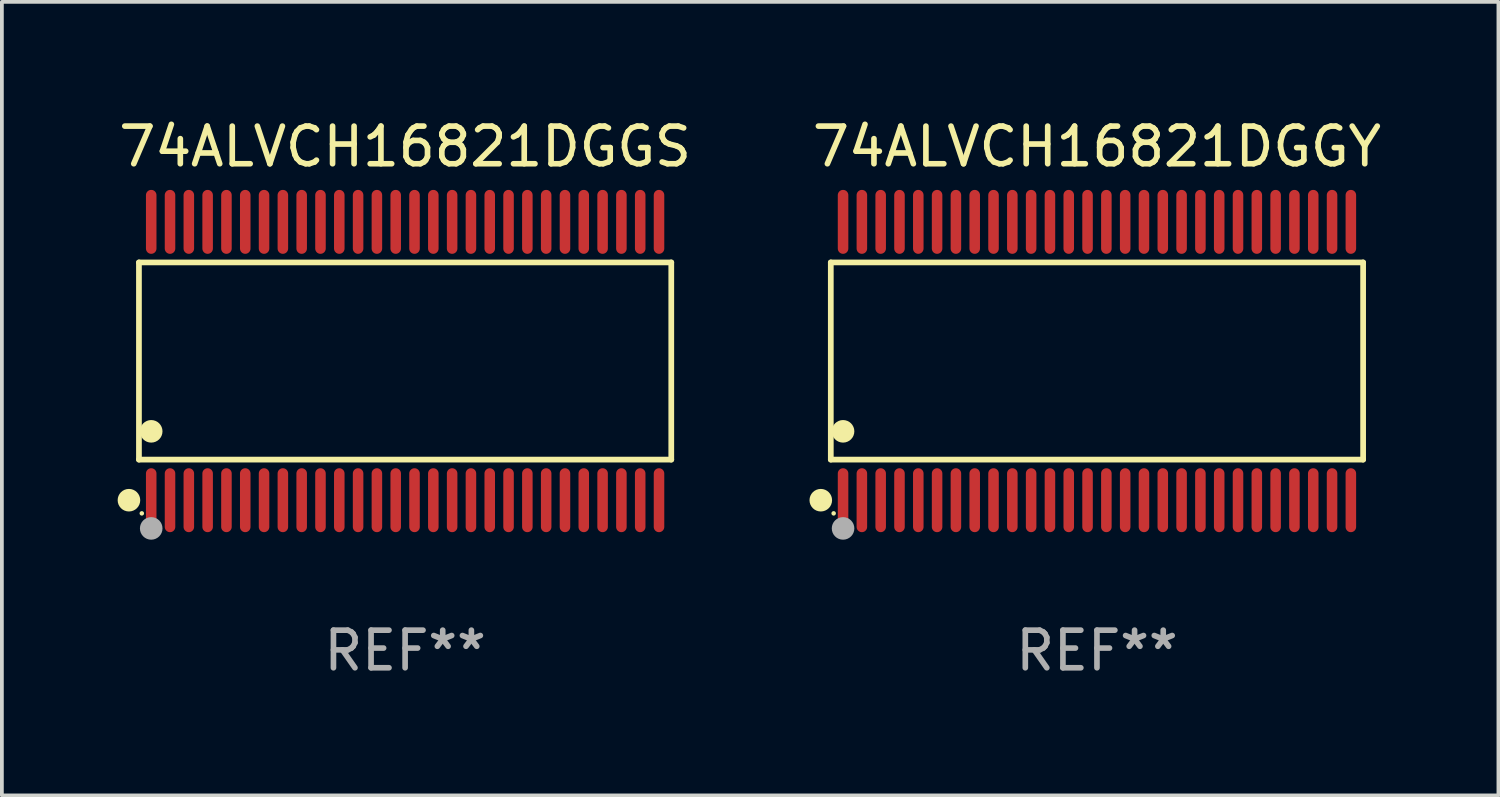
<source format=kicad_pcb>
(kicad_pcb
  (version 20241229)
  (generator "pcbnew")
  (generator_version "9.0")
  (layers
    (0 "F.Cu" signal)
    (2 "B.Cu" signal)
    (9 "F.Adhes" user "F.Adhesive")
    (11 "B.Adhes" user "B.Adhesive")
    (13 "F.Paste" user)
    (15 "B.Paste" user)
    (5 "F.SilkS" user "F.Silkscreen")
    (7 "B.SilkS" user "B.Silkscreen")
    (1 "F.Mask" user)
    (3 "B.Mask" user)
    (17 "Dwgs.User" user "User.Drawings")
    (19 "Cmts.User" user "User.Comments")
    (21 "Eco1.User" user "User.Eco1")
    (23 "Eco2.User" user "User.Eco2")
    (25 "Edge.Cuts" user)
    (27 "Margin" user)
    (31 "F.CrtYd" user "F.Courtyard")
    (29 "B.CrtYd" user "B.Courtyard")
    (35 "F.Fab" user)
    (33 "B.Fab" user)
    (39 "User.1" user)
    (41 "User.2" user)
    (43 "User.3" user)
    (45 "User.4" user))
  (footprint "74ALVCH16821DGGS"
    (layer "F.Cu")
    (at 7.72 6.548)
    (property "Reference" "74ALVCH16821DGGS" (at 0 -5.7 0) (layer "F.SilkS") (effects (font (size 1 1) (thickness 0.15))))
    (attr through_hole)
    (fp_line (start -7.076 -2.621) (end 7.076 -2.621) (stroke (width 0.152) (type solid)) (layer "F.SilkS"))
    (fp_line (start -7.076 2.621) (end -7.076 -2.621) (stroke (width 0.152) (type solid)) (layer "F.SilkS"))
    (fp_line (start 7.076 -2.621) (end 7.076 2.621) (stroke (width 0.152) (type solid)) (layer "F.SilkS"))
    (fp_line (start 7.076 2.621) (end -7.076 2.621) (stroke (width 0.152) (type solid)) (layer "F.SilkS"))
    (fp_circle (center -7.342 3.7) (end -7.192 3.7) (stroke (width 0.3) (type solid)) (fill no) (layer "F.SilkS"))
    (fp_circle (center -7 4.05) (end -6.97 4.05) (stroke (width 0.06) (type solid)) (fill no) (layer "F.SilkS"))
    (fp_circle (center -6.75 1.869) (end -6.6 1.869) (stroke (width 0.3) (type solid)) (fill no) (layer "F.SilkS"))
    (fp_circle (center -6.75 4.45) (end -6.6 4.45) (stroke (width 0.3) (type solid)) (fill no) (layer "F.Fab"))
    (fp_text user "REF**" (at 0 7.7 0) (layer "F.Fab") (effects (font (size 1 1) (thickness 0.15))))
    (pad "1" smd oval (at -6.75 3.7) (size 0.28 1.7) (layers "F.Cu" "F.Mask" "F.Paste"))
    (pad "2" smd oval (at -6.25 3.7) (size 0.28 1.7) (layers "F.Cu" "F.Mask" "F.Paste"))
    (pad "3" smd oval (at -5.75 3.7) (size 0.28 1.7) (layers "F.Cu" "F.Mask" "F.Paste"))
    (pad "4" smd oval (at -5.25 3.7) (size 0.28 1.7) (layers "F.Cu" "F.Mask" "F.Paste"))
    (pad "5" smd oval (at -4.75 3.7) (size 0.28 1.7) (layers "F.Cu" "F.Mask" "F.Paste"))
    (pad "6" smd oval (at -4.25 3.7) (size 0.28 1.7) (layers "F.Cu" "F.Mask" "F.Paste"))
    (pad "7" smd oval (at -3.75 3.7) (size 0.28 1.7) (layers "F.Cu" "F.Mask" "F.Paste"))
    (pad "8" smd oval (at -3.25 3.7) (size 0.28 1.7) (layers "F.Cu" "F.Mask" "F.Paste"))
    (pad "9" smd oval (at -2.75 3.7) (size 0.28 1.7) (layers "F.Cu" "F.Mask" "F.Paste"))
    (pad "10" smd oval (at -2.25 3.7) (size 0.28 1.7) (layers "F.Cu" "F.Mask" "F.Paste"))
    (pad "11" smd oval (at -1.75 3.7) (size 0.28 1.7) (layers "F.Cu" "F.Mask" "F.Paste"))
    (pad "12" smd oval (at -1.25 3.7) (size 0.28 1.7) (layers "F.Cu" "F.Mask" "F.Paste"))
    (pad "13" smd oval (at -0.75 3.7) (size 0.28 1.7) (layers "F.Cu" "F.Mask" "F.Paste"))
    (pad "14" smd oval (at -0.25 3.7) (size 0.28 1.7) (layers "F.Cu" "F.Mask" "F.Paste"))
    (pad "15" smd oval (at 0.25 3.7) (size 0.28 1.7) (layers "F.Cu" "F.Mask" "F.Paste"))
    (pad "16" smd oval (at 0.75 3.7) (size 0.28 1.7) (layers "F.Cu" "F.Mask" "F.Paste"))
    (pad "17" smd oval (at 1.25 3.7) (size 0.28 1.7) (layers "F.Cu" "F.Mask" "F.Paste"))
    (pad "18" smd oval (at 1.75 3.7) (size 0.28 1.7) (layers "F.Cu" "F.Mask" "F.Paste"))
    (pad "19" smd oval (at 2.25 3.7) (size 0.28 1.7) (layers "F.Cu" "F.Mask" "F.Paste"))
    (pad "20" smd oval (at 2.75 3.7) (size 0.28 1.7) (layers "F.Cu" "F.Mask" "F.Paste"))
    (pad "21" smd oval (at 3.25 3.7) (size 0.28 1.7) (layers "F.Cu" "F.Mask" "F.Paste"))
    (pad "22" smd oval (at 3.75 3.7) (size 0.28 1.7) (layers "F.Cu" "F.Mask" "F.Paste"))
    (pad "23" smd oval (at 4.25 3.7) (size 0.28 1.7) (layers "F.Cu" "F.Mask" "F.Paste"))
    (pad "24" smd oval (at 4.75 3.7) (size 0.28 1.7) (layers "F.Cu" "F.Mask" "F.Paste"))
    (pad "25" smd oval (at 5.25 3.7) (size 0.28 1.7) (layers "F.Cu" "F.Mask" "F.Paste"))
    (pad "26" smd oval (at 5.75 3.7) (size 0.28 1.7) (layers "F.Cu" "F.Mask" "F.Paste"))
    (pad "27" smd oval (at 6.25 3.7) (size 0.28 1.7) (layers "F.Cu" "F.Mask" "F.Paste"))
    (pad "28" smd oval (at 6.75 3.7) (size 0.28 1.7) (layers "F.Cu" "F.Mask" "F.Paste"))
    (pad "29" smd oval (at 6.75 -3.7) (size 0.28 1.7) (layers "F.Cu" "F.Mask" "F.Paste"))
    (pad "30" smd oval (at 6.25 -3.7) (size 0.28 1.7) (layers "F.Cu" "F.Mask" "F.Paste"))
    (pad "31" smd oval (at 5.75 -3.7) (size 0.28 1.7) (layers "F.Cu" "F.Mask" "F.Paste"))
    (pad "32" smd oval (at 5.25 -3.7) (size 0.28 1.7) (layers "F.Cu" "F.Mask" "F.Paste"))
    (pad "33" smd oval (at 4.75 -3.7) (size 0.28 1.7) (layers "F.Cu" "F.Mask" "F.Paste"))
    (pad "34" smd oval (at 4.25 -3.7) (size 0.28 1.7) (layers "F.Cu" "F.Mask" "F.Paste"))
    (pad "35" smd oval (at 3.75 -3.7) (size 0.28 1.7) (layers "F.Cu" "F.Mask" "F.Paste"))
    (pad "36" smd oval (at 3.25 -3.7) (size 0.28 1.7) (layers "F.Cu" "F.Mask" "F.Paste"))
    (pad "37" smd oval (at 2.75 -3.7) (size 0.28 1.7) (layers "F.Cu" "F.Mask" "F.Paste"))
    (pad "38" smd oval (at 2.25 -3.7) (size 0.28 1.7) (layers "F.Cu" "F.Mask" "F.Paste"))
    (pad "39" smd oval (at 1.75 -3.7) (size 0.28 1.7) (layers "F.Cu" "F.Mask" "F.Paste"))
    (pad "40" smd oval (at 1.25 -3.7) (size 0.28 1.7) (layers "F.Cu" "F.Mask" "F.Paste"))
    (pad "41" smd oval (at 0.75 -3.7) (size 0.28 1.7) (layers "F.Cu" "F.Mask" "F.Paste"))
    (pad "42" smd oval (at 0.25 -3.7) (size 0.28 1.7) (layers "F.Cu" "F.Mask" "F.Paste"))
    (pad "43" smd oval (at -0.25 -3.7) (size 0.28 1.7) (layers "F.Cu" "F.Mask" "F.Paste"))
    (pad "44" smd oval (at -0.75 -3.7) (size 0.28 1.7) (layers "F.Cu" "F.Mask" "F.Paste"))
    (pad "45" smd oval (at -1.25 -3.7) (size 0.28 1.7) (layers "F.Cu" "F.Mask" "F.Paste"))
    (pad "46" smd oval (at -1.75 -3.7) (size 0.28 1.7) (layers "F.Cu" "F.Mask" "F.Paste"))
    (pad "47" smd oval (at -2.25 -3.7) (size 0.28 1.7) (layers "F.Cu" "F.Mask" "F.Paste"))
    (pad "48" smd oval (at -2.75 -3.7) (size 0.28 1.7) (layers "F.Cu" "F.Mask" "F.Paste"))
    (pad "49" smd oval (at -3.25 -3.7) (size 0.28 1.7) (layers "F.Cu" "F.Mask" "F.Paste"))
    (pad "50" smd oval (at -3.75 -3.7) (size 0.28 1.7) (layers "F.Cu" "F.Mask" "F.Paste"))
    (pad "51" smd oval (at -4.25 -3.7) (size 0.28 1.7) (layers "F.Cu" "F.Mask" "F.Paste"))
    (pad "52" smd oval (at -4.75 -3.7) (size 0.28 1.7) (layers "F.Cu" "F.Mask" "F.Paste"))
    (pad "53" smd oval (at -5.25 -3.7) (size 0.28 1.7) (layers "F.Cu" "F.Mask" "F.Paste"))
    (pad "54" smd oval (at -5.75 -3.7) (size 0.28 1.7) (layers "F.Cu" "F.Mask" "F.Paste"))
    (pad "55" smd oval (at -6.25 -3.7) (size 0.28 1.7) (layers "F.Cu" "F.Mask" "F.Paste"))
    (pad "56" smd oval (at -6.75 -3.7) (size 0.28 1.7) (layers "F.Cu" "F.Mask" "F.Paste")))
  (footprint "74ALVCH16821DGGY"
    (layer "F.Cu")
    (at 26.113 6.548)
    (property "Reference" "74ALVCH16821DGGY" (at 0 -5.7 0) (layer "F.SilkS") (effects (font (size 1 1) (thickness 0.15))))
    (attr through_hole)
    (fp_line (start -7.076 -2.621) (end 7.076 -2.621) (stroke (width 0.152) (type solid)) (layer "F.SilkS"))
    (fp_line (start -7.076 2.621) (end -7.076 -2.621) (stroke (width 0.152) (type solid)) (layer "F.SilkS"))
    (fp_line (start 7.076 -2.621) (end 7.076 2.621) (stroke (width 0.152) (type solid)) (layer "F.SilkS"))
    (fp_line (start 7.076 2.621) (end -7.076 2.621) (stroke (width 0.152) (type solid)) (layer "F.SilkS"))
    (fp_circle (center -7.342 3.7) (end -7.192 3.7) (stroke (width 0.3) (type solid)) (fill no) (layer "F.SilkS"))
    (fp_circle (center -7 4.05) (end -6.97 4.05) (stroke (width 0.06) (type solid)) (fill no) (layer "F.SilkS"))
    (fp_circle (center -6.75 1.869) (end -6.6 1.869) (stroke (width 0.3) (type solid)) (fill no) (layer "F.SilkS"))
    (fp_circle (center -6.75 4.45) (end -6.6 4.45) (stroke (width 0.3) (type solid)) (fill no) (layer "F.Fab"))
    (fp_text user "REF**" (at 0 7.7 0) (layer "F.Fab") (effects (font (size 1 1) (thickness 0.15))))
    (pad "1" smd oval (at -6.75 3.7) (size 0.28 1.7) (layers "F.Cu" "F.Mask" "F.Paste"))
    (pad "2" smd oval (at -6.25 3.7) (size 0.28 1.7) (layers "F.Cu" "F.Mask" "F.Paste"))
    (pad "3" smd oval (at -5.75 3.7) (size 0.28 1.7) (layers "F.Cu" "F.Mask" "F.Paste"))
    (pad "4" smd oval (at -5.25 3.7) (size 0.28 1.7) (layers "F.Cu" "F.Mask" "F.Paste"))
    (pad "5" smd oval (at -4.75 3.7) (size 0.28 1.7) (layers "F.Cu" "F.Mask" "F.Paste"))
    (pad "6" smd oval (at -4.25 3.7) (size 0.28 1.7) (layers "F.Cu" "F.Mask" "F.Paste"))
    (pad "7" smd oval (at -3.75 3.7) (size 0.28 1.7) (layers "F.Cu" "F.Mask" "F.Paste"))
    (pad "8" smd oval (at -3.25 3.7) (size 0.28 1.7) (layers "F.Cu" "F.Mask" "F.Paste"))
    (pad "9" smd oval (at -2.75 3.7) (size 0.28 1.7) (layers "F.Cu" "F.Mask" "F.Paste"))
    (pad "10" smd oval (at -2.25 3.7) (size 0.28 1.7) (layers "F.Cu" "F.Mask" "F.Paste"))
    (pad "11" smd oval (at -1.75 3.7) (size 0.28 1.7) (layers "F.Cu" "F.Mask" "F.Paste"))
    (pad "12" smd oval (at -1.25 3.7) (size 0.28 1.7) (layers "F.Cu" "F.Mask" "F.Paste"))
    (pad "13" smd oval (at -0.75 3.7) (size 0.28 1.7) (layers "F.Cu" "F.Mask" "F.Paste"))
    (pad "14" smd oval (at -0.25 3.7) (size 0.28 1.7) (layers "F.Cu" "F.Mask" "F.Paste"))
    (pad "15" smd oval (at 0.25 3.7) (size 0.28 1.7) (layers "F.Cu" "F.Mask" "F.Paste"))
    (pad "16" smd oval (at 0.75 3.7) (size 0.28 1.7) (layers "F.Cu" "F.Mask" "F.Paste"))
    (pad "17" smd oval (at 1.25 3.7) (size 0.28 1.7) (layers "F.Cu" "F.Mask" "F.Paste"))
    (pad "18" smd oval (at 1.75 3.7) (size 0.28 1.7) (layers "F.Cu" "F.Mask" "F.Paste"))
    (pad "19" smd oval (at 2.25 3.7) (size 0.28 1.7) (layers "F.Cu" "F.Mask" "F.Paste"))
    (pad "20" smd oval (at 2.75 3.7) (size 0.28 1.7) (layers "F.Cu" "F.Mask" "F.Paste"))
    (pad "21" smd oval (at 3.25 3.7) (size 0.28 1.7) (layers "F.Cu" "F.Mask" "F.Paste"))
    (pad "22" smd oval (at 3.75 3.7) (size 0.28 1.7) (layers "F.Cu" "F.Mask" "F.Paste"))
    (pad "23" smd oval (at 4.25 3.7) (size 0.28 1.7) (layers "F.Cu" "F.Mask" "F.Paste"))
    (pad "24" smd oval (at 4.75 3.7) (size 0.28 1.7) (layers "F.Cu" "F.Mask" "F.Paste"))
    (pad "25" smd oval (at 5.25 3.7) (size 0.28 1.7) (layers "F.Cu" "F.Mask" "F.Paste"))
    (pad "26" smd oval (at 5.75 3.7) (size 0.28 1.7) (layers "F.Cu" "F.Mask" "F.Paste"))
    (pad "27" smd oval (at 6.25 3.7) (size 0.28 1.7) (layers "F.Cu" "F.Mask" "F.Paste"))
    (pad "28" smd oval (at 6.75 3.7) (size 0.28 1.7) (layers "F.Cu" "F.Mask" "F.Paste"))
    (pad "29" smd oval (at 6.75 -3.7) (size 0.28 1.7) (layers "F.Cu" "F.Mask" "F.Paste"))
    (pad "30" smd oval (at 6.25 -3.7) (size 0.28 1.7) (layers "F.Cu" "F.Mask" "F.Paste"))
    (pad "31" smd oval (at 5.75 -3.7) (size 0.28 1.7) (layers "F.Cu" "F.Mask" "F.Paste"))
    (pad "32" smd oval (at 5.25 -3.7) (size 0.28 1.7) (layers "F.Cu" "F.Mask" "F.Paste"))
    (pad "33" smd oval (at 4.75 -3.7) (size 0.28 1.7) (layers "F.Cu" "F.Mask" "F.Paste"))
    (pad "34" smd oval (at 4.25 -3.7) (size 0.28 1.7) (layers "F.Cu" "F.Mask" "F.Paste"))
    (pad "35" smd oval (at 3.75 -3.7) (size 0.28 1.7) (layers "F.Cu" "F.Mask" "F.Paste"))
    (pad "36" smd oval (at 3.25 -3.7) (size 0.28 1.7) (layers "F.Cu" "F.Mask" "F.Paste"))
    (pad "37" smd oval (at 2.75 -3.7) (size 0.28 1.7) (layers "F.Cu" "F.Mask" "F.Paste"))
    (pad "38" smd oval (at 2.25 -3.7) (size 0.28 1.7) (layers "F.Cu" "F.Mask" "F.Paste"))
    (pad "39" smd oval (at 1.75 -3.7) (size 0.28 1.7) (layers "F.Cu" "F.Mask" "F.Paste"))
    (pad "40" smd oval (at 1.25 -3.7) (size 0.28 1.7) (layers "F.Cu" "F.Mask" "F.Paste"))
    (pad "41" smd oval (at 0.75 -3.7) (size 0.28 1.7) (layers "F.Cu" "F.Mask" "F.Paste"))
    (pad "42" smd oval (at 0.25 -3.7) (size 0.28 1.7) (layers "F.Cu" "F.Mask" "F.Paste"))
    (pad "43" smd oval (at -0.25 -3.7) (size 0.28 1.7) (layers "F.Cu" "F.Mask" "F.Paste"))
    (pad "44" smd oval (at -0.75 -3.7) (size 0.28 1.7) (layers "F.Cu" "F.Mask" "F.Paste"))
    (pad "45" smd oval (at -1.25 -3.7) (size 0.28 1.7) (layers "F.Cu" "F.Mask" "F.Paste"))
    (pad "46" smd oval (at -1.75 -3.7) (size 0.28 1.7) (layers "F.Cu" "F.Mask" "F.Paste"))
    (pad "47" smd oval (at -2.25 -3.7) (size 0.28 1.7) (layers "F.Cu" "F.Mask" "F.Paste"))
    (pad "48" smd oval (at -2.75 -3.7) (size 0.28 1.7) (layers "F.Cu" "F.Mask" "F.Paste"))
    (pad "49" smd oval (at -3.25 -3.7) (size 0.28 1.7) (layers "F.Cu" "F.Mask" "F.Paste"))
    (pad "50" smd oval (at -3.75 -3.7) (size 0.28 1.7) (layers "F.Cu" "F.Mask" "F.Paste"))
    (pad "51" smd oval (at -4.25 -3.7) (size 0.28 1.7) (layers "F.Cu" "F.Mask" "F.Paste"))
    (pad "52" smd oval (at -4.75 -3.7) (size 0.28 1.7) (layers "F.Cu" "F.Mask" "F.Paste"))
    (pad "53" smd oval (at -5.25 -3.7) (size 0.28 1.7) (layers "F.Cu" "F.Mask" "F.Paste"))
    (pad "54" smd oval (at -5.75 -3.7) (size 0.28 1.7) (layers "F.Cu" "F.Mask" "F.Paste"))
    (pad "55" smd oval (at -6.25 -3.7) (size 0.28 1.7) (layers "F.Cu" "F.Mask" "F.Paste"))
    (pad "56" smd oval (at -6.75 -3.7) (size 0.28 1.7) (layers "F.Cu" "F.Mask" "F.Paste")))
  (gr_rect
    (start -3 -3)
    (end 36.786 18.097)
    (stroke (width 0.1) (type default))
    (fill no)
    (layer "Edge.Cuts")))
</source>
